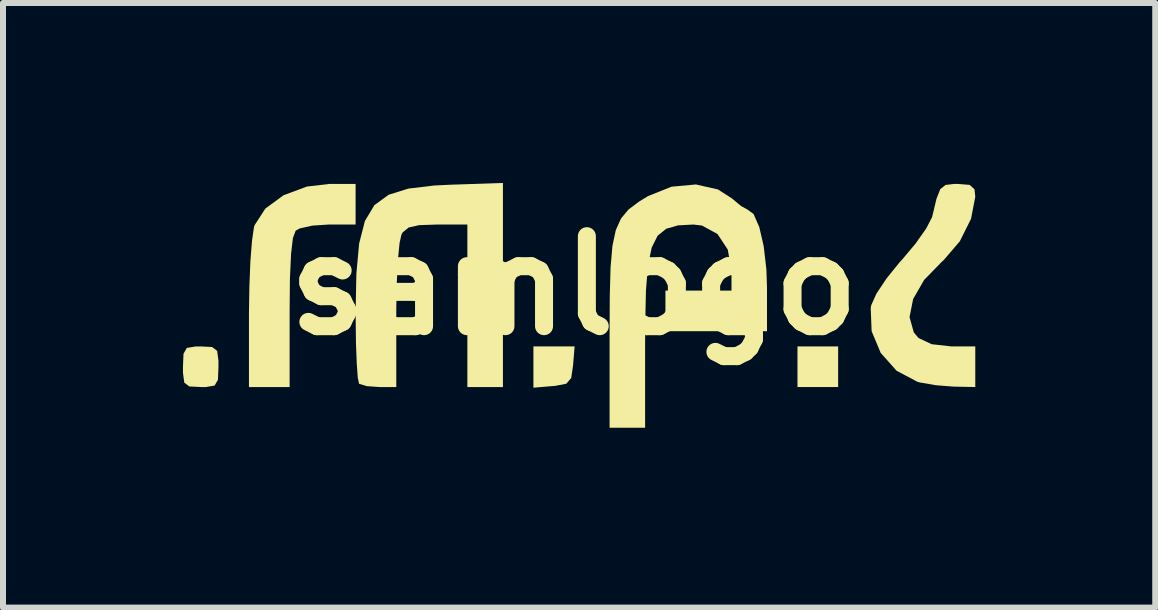
<source format=kicad_pcb>
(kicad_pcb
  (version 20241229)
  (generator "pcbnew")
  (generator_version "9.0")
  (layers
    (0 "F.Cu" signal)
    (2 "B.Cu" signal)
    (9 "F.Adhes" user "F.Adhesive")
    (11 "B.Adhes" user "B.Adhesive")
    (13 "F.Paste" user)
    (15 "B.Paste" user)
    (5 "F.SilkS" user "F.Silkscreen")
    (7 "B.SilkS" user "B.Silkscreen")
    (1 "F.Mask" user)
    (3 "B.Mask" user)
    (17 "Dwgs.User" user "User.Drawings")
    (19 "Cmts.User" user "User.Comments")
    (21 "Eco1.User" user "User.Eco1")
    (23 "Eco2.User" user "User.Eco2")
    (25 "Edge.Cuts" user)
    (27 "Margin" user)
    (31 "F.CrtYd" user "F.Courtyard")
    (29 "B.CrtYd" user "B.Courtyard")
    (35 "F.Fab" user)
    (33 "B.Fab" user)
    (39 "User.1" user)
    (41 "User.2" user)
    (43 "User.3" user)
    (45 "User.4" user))
  (footprint "samlogo"
    (layer "F.Cu")
    (at 6.519 1.709)
    (property "Reference" "samlogo" (at 0 0 0) (layer "F.SilkS") (effects (font (size 1.5 1.5) (thickness 0.3))))
    (attr board_only exclude_from_pos_files exclude_from_bom)
    (fp_poly (pts (xy 4.403 1.355) (xy 4.403 1.693) (xy 4.064 1.693) (xy 3.725 1.693) (xy 3.725 1.355) (xy 3.725 1.016) (xy 4.064 1.016) (xy 4.403 1.016)) (stroke (width 0) (type solid)) (fill yes) (layer "F.SilkS"))
    (fp_poly (pts (xy -0.016 1.333) (xy -0.047 1.543) (xy -0.129 1.638) (xy -0.317 1.674) (xy -0.36 1.677) (xy -0.677 1.704) (xy -0.677 1.36) (xy -0.677 1.016) (xy -0.334 1.016) (xy 0.01 1.016)) (stroke (width 0) (type solid)) (fill yes) (layer "F.SilkS"))
    (fp_poly (pts (xy -6.033 1.026) (xy -5.949 1.09) (xy -5.927 1.255) (xy -5.927 1.355) (xy -5.936 1.572) (xy -5.991 1.668) (xy -6.136 1.693) (xy -6.223 1.693) (xy -6.413 1.683) (xy -6.497 1.62) (xy -6.519 1.455) (xy -6.519 1.355) (xy -6.51 1.138) (xy -6.455 1.041) (xy -6.31 1.017) (xy -6.223 1.016)) (stroke (width 0) (type solid)) (fill yes) (layer "F.SilkS"))
    (fp_poly (pts (xy -3.641 -1.355) (xy -3.641 -1.016) (xy -4.089 -1.016) (xy -4.363 -0.998) (xy -4.572 -0.951) (xy -4.64 -0.914) (xy -4.686 -0.792) (xy -4.717 -0.525) (xy -4.736 -0.106) (xy -4.741 0.44) (xy -4.741 1.693) (xy -5.08 1.693) (xy -5.419 1.693) (xy -5.419 0.478) (xy -5.412 0.018) (xy -5.395 -0.403) (xy -5.368 -0.744) (xy -5.336 -0.968) (xy -5.325 -1.005) (xy -5.145 -1.283) (xy -4.841 -1.505) (xy -4.453 -1.649) (xy -4.078 -1.693) (xy -3.641 -1.693)) (stroke (width 0) (type solid)) (fill yes) (layer "F.SilkS"))
    (fp_poly (pts (xy -1.185 -0.008) (xy -1.185 1.693) (xy -1.482 1.693) (xy -1.778 1.693) (xy -1.778 0.339) (xy -1.778 -1.016) (xy -2.283 -1.016) (xy -2.582 -1.006) (xy -2.758 -0.966) (xy -2.856 -0.885) (xy -2.876 -0.852) (xy -2.908 -0.71) (xy -2.935 -0.434) (xy -2.954 -0.059) (xy -2.963 0.378) (xy -2.963 0.502) (xy -2.963 1.693) (xy -3.246 1.693) (xy -3.455 1.678) (xy -3.58 1.64) (xy -3.584 1.637) (xy -3.605 1.536) (xy -3.622 1.298) (xy -3.635 0.958) (xy -3.64 0.548) (xy -3.641 0.453) (xy -3.628 -0.198) (xy -3.582 -0.701) (xy -3.486 -1.075) (xy -3.328 -1.339) (xy -3.091 -1.512) (xy -2.762 -1.615) (xy -2.327 -1.667) (xy -2.053 -1.68) (xy -1.185 -1.709)) (stroke (width 0) (type solid)) (fill yes) (layer "F.SilkS"))
    (fp_poly (pts (xy 6.596 -1.677) (xy 6.676 -1.603) (xy 6.689 -1.479) (xy 6.618 -1.111) (xy 6.431 -0.736) (xy 6.16 -0.42) (xy 6.133 -0.397) (xy 5.836 -0.092) (xy 5.653 0.226) (xy 5.593 0.527) (xy 5.664 0.782) (xy 5.743 0.876) (xy 5.962 0.979) (xy 6.293 1.016) (xy 6.689 1.016) (xy 6.689 1.355) (xy 6.689 1.693) (xy 6.329 1.686) (xy 6.034 1.663) (xy 5.767 1.617) (xy 5.725 1.606) (xy 5.377 1.421) (xy 5.113 1.125) (xy 4.961 0.762) (xy 4.946 0.376) (xy 4.955 0.328) (xy 5.04 0.138) (xy 5.211 -0.119) (xy 5.433 -0.393) (xy 5.468 -0.43) (xy 5.693 -0.698) (xy 5.871 -0.95) (xy 5.969 -1.14) (xy 5.974 -1.161) (xy 6.043 -1.448) (xy 6.106 -1.607) (xy 6.194 -1.676) (xy 6.337 -1.693) (xy 6.398 -1.693)) (stroke (width 0) (type solid)) (fill yes) (layer "F.SilkS"))
    (fp_poly (pts (xy 2.399 -1.601) (xy 2.63 -1.453) (xy 2.784 -1.325) (xy 2.883 -1.27) (xy 2.885 -1.27) (xy 2.993 -1.191) (xy 3.088 -0.975) (xy 3.162 -0.655) (xy 3.207 -0.263) (xy 3.217 0.034) (xy 3.217 0.762) (xy 2.371 0.762) (xy 1.524 0.762) (xy 1.524 0.423) (xy 1.524 0.085) (xy 2.074 0.085) (xy 2.625 0.085) (xy 2.625 -0.243) (xy 2.563 -0.598) (xy 2.391 -0.859) (xy 2.133 -0.999) (xy 1.99 -1.016) (xy 1.734 -1.002) (xy 1.538 -0.946) (xy 1.394 -0.83) (xy 1.295 -0.632) (xy 1.233 -0.335) (xy 1.199 0.083) (xy 1.187 0.641) (xy 1.185 0.969) (xy 1.185 2.371) (xy 0.889 2.371) (xy 0.593 2.371) (xy 0.593 0.8) (xy 0.596 0.178) (xy 0.609 -0.3) (xy 0.64 -0.658) (xy 0.696 -0.922) (xy 0.783 -1.116) (xy 0.908 -1.266) (xy 1.079 -1.395) (xy 1.232 -1.489) (xy 1.627 -1.647) (xy 2.032 -1.684)) (stroke (width 0) (type solid)) (fill yes) (layer "F.SilkS")))
  (gr_rect
    (start -3 -3)
    (end 16.208 7.079)
    (stroke (width 0.1) (type default))
    (fill no)
    (layer "Edge.Cuts")))
</source>
